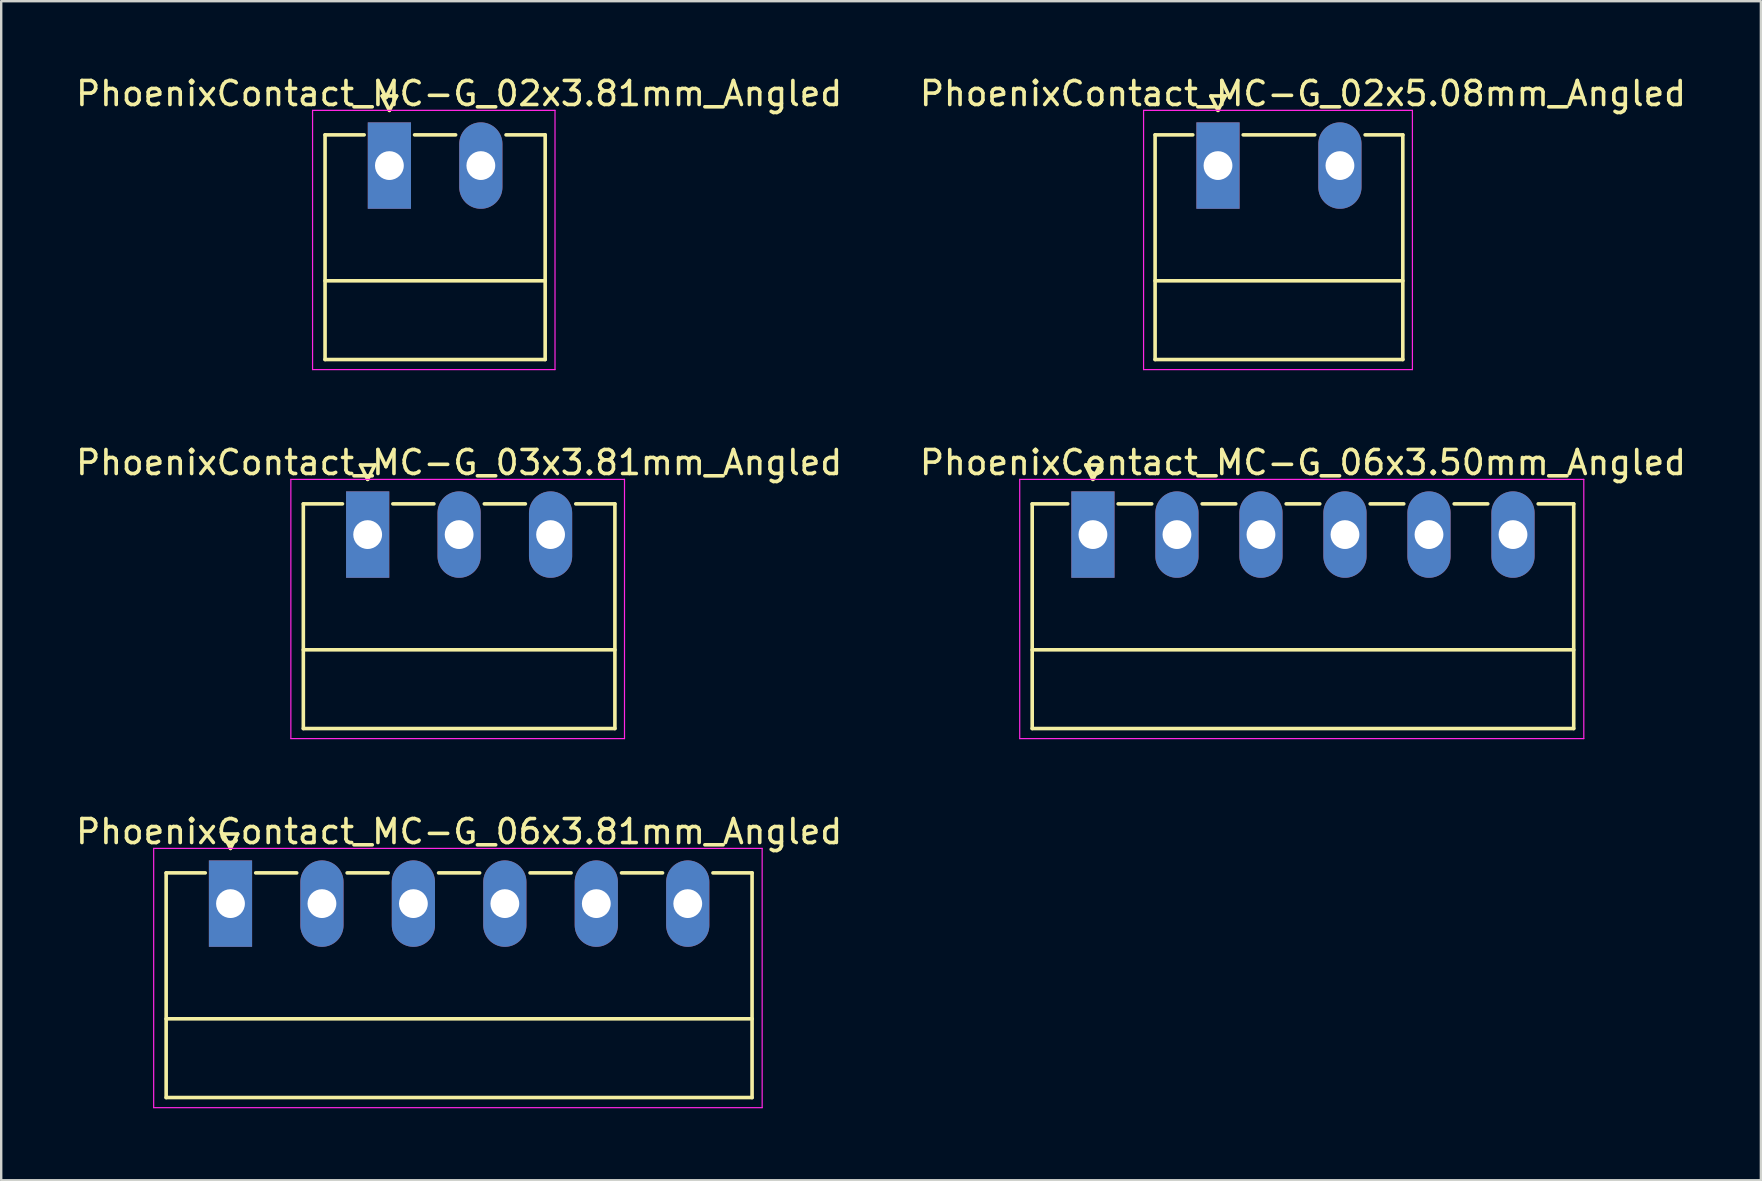
<source format=kicad_pcb>
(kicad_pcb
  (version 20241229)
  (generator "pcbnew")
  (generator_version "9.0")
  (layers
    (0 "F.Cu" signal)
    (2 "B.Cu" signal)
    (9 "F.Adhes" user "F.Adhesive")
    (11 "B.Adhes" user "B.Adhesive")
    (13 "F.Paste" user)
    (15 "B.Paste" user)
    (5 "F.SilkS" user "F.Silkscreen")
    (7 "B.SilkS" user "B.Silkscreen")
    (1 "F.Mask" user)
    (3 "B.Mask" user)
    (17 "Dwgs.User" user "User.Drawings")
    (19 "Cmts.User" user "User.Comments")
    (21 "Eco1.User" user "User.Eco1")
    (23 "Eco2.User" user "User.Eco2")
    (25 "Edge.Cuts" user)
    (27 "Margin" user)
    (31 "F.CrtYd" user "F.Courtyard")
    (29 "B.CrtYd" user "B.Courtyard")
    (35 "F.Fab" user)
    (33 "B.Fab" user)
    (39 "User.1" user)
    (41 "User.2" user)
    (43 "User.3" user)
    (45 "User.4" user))
  (footprint "PhoenixContact_MC-G_02x5.08mm_Angled"
    (layer "F.Cu")
    (at 47.692 3.848)
    (property "Reference" "PhoenixContact_MC-G_02x5.08mm_Angled" (at 3.54 -3 0) (layer "F.SilkS") (effects (font (size 1 1) (thickness 0.15))))
    (attr through_hole)
    (fp_line (start -2.62 -1.28) (end -2.62 8.08) (stroke (width 0.15) (type solid)) (layer "F.SilkS"))
    (fp_line (start -2.62 -1.28) (end -1.05 -1.28) (stroke (width 0.15) (type solid)) (layer "F.SilkS"))
    (fp_line (start -2.62 4.8) (end 7.7 4.8) (stroke (width 0.15) (type solid)) (layer "F.SilkS"))
    (fp_line (start -2.62 8.08) (end 7.7 8.08) (stroke (width 0.15) (type solid)) (layer "F.SilkS"))
    (fp_line (start -0.3 -2.9) (end 0 -2.3) (stroke (width 0.15) (type solid)) (layer "F.SilkS"))
    (fp_line (start 0 -2.3) (end 0.3 -2.9) (stroke (width 0.15) (type solid)) (layer "F.SilkS"))
    (fp_line (start 0.3 -2.9) (end -0.3 -2.9) (stroke (width 0.15) (type solid)) (layer "F.SilkS"))
    (fp_line (start 1.05 -1.28) (end 4.03 -1.28) (stroke (width 0.15) (type solid)) (layer "F.SilkS"))
    (fp_line (start 7.7 -1.28) (end 6.13 -1.28) (stroke (width 0.15) (type solid)) (layer "F.SilkS"))
    (fp_line (start 7.7 8.08) (end 7.7 -1.28) (stroke (width 0.15) (type solid)) (layer "F.SilkS"))
    (fp_line (start -3.1 -2.3) (end -3.1 8.5) (stroke (width 0.05) (type solid)) (layer "F.CrtYd"))
    (fp_line (start -3.1 8.5) (end 8.1 8.5) (stroke (width 0.05) (type solid)) (layer "F.CrtYd"))
    (fp_line (start 8.1 -2.3) (end -3.1 -2.3) (stroke (width 0.05) (type solid)) (layer "F.CrtYd"))
    (fp_line (start 8.1 8.5) (end 8.1 -2.3) (stroke (width 0.05) (type solid)) (layer "F.CrtYd"))
    (pad "1" thru_hole rect (at 0 0) (size 1.8 3.6) (drill 1.2) (layers "*.Cu" "*.Mask"))
    (pad "2" thru_hole oval (at 5.08 0) (size 1.8 3.6) (drill 1.2) (layers "*.Cu" "*.Mask")))
  (footprint "PhoenixContact_MC-G_06x3.50mm_Angled"
    (layer "F.Cu")
    (at 42.482 19.221)
    (property "Reference" "PhoenixContact_MC-G_06x3.50mm_Angled" (at 8.75 -3 0) (layer "F.SilkS") (effects (font (size 1 1) (thickness 0.15))))
    (attr through_hole)
    (fp_line (start -2.53 -1.28) (end -2.53 8.08) (stroke (width 0.15) (type solid)) (layer "F.SilkS"))
    (fp_line (start -2.53 -1.28) (end -1.05 -1.28) (stroke (width 0.15) (type solid)) (layer "F.SilkS"))
    (fp_line (start -2.53 4.8) (end 20.03 4.8) (stroke (width 0.15) (type solid)) (layer "F.SilkS"))
    (fp_line (start -2.53 8.08) (end 20.03 8.08) (stroke (width 0.15) (type solid)) (layer "F.SilkS"))
    (fp_line (start -0.3 -2.9) (end 0 -2.3) (stroke (width 0.15) (type solid)) (layer "F.SilkS"))
    (fp_line (start 0 -2.3) (end 0.3 -2.9) (stroke (width 0.15) (type solid)) (layer "F.SilkS"))
    (fp_line (start 0.3 -2.9) (end -0.3 -2.9) (stroke (width 0.15) (type solid)) (layer "F.SilkS"))
    (fp_line (start 1.05 -1.28) (end 2.45 -1.28) (stroke (width 0.15) (type solid)) (layer "F.SilkS"))
    (fp_line (start 4.55 -1.28) (end 5.95 -1.28) (stroke (width 0.15) (type solid)) (layer "F.SilkS"))
    (fp_line (start 8.05 -1.28) (end 9.45 -1.28) (stroke (width 0.15) (type solid)) (layer "F.SilkS"))
    (fp_line (start 11.55 -1.28) (end 12.95 -1.28) (stroke (width 0.15) (type solid)) (layer "F.SilkS"))
    (fp_line (start 15.05 -1.28) (end 16.45 -1.28) (stroke (width 0.15) (type solid)) (layer "F.SilkS"))
    (fp_line (start 20.03 -1.28) (end 18.55 -1.28) (stroke (width 0.15) (type solid)) (layer "F.SilkS"))
    (fp_line (start 20.03 8.08) (end 20.03 -1.28) (stroke (width 0.15) (type solid)) (layer "F.SilkS"))
    (fp_line (start -3.05 -2.3) (end -3.05 8.5) (stroke (width 0.05) (type solid)) (layer "F.CrtYd"))
    (fp_line (start -3.05 8.5) (end 20.45 8.5) (stroke (width 0.05) (type solid)) (layer "F.CrtYd"))
    (fp_line (start 20.45 -2.3) (end -3.05 -2.3) (stroke (width 0.05) (type solid)) (layer "F.CrtYd"))
    (fp_line (start 20.45 8.5) (end 20.45 -2.3) (stroke (width 0.05) (type solid)) (layer "F.CrtYd"))
    (pad "1" thru_hole rect (at 0 0) (size 1.8 3.6) (drill 1.2) (layers "*.Cu" "*.Mask"))
    (pad "2" thru_hole oval (at 3.5 0) (size 1.8 3.6) (drill 1.2) (layers "*.Cu" "*.Mask"))
    (pad "3" thru_hole oval (at 7 0) (size 1.8 3.6) (drill 1.2) (layers "*.Cu" "*.Mask"))
    (pad "4" thru_hole oval (at 10.5 0) (size 1.8 3.6) (drill 1.2) (layers "*.Cu" "*.Mask"))
    (pad "5" thru_hole oval (at 14 0) (size 1.8 3.6) (drill 1.2) (layers "*.Cu" "*.Mask"))
    (pad "6" thru_hole oval (at 17.5 0) (size 1.8 3.6) (drill 1.2) (layers "*.Cu" "*.Mask")))
  (footprint "PhoenixContact_MC-G_06x3.81mm_Angled"
    (layer "F.Cu")
    (at 6.552 34.595)
    (property "Reference" "PhoenixContact_MC-G_06x3.81mm_Angled" (at 9.525 -3 0) (layer "F.SilkS") (effects (font (size 1 1) (thickness 0.15))))
    (attr through_hole)
    (fp_line (start -2.68 -1.28) (end -2.68 8.08) (stroke (width 0.15) (type solid)) (layer "F.SilkS"))
    (fp_line (start -2.68 -1.28) (end -1.05 -1.28) (stroke (width 0.15) (type solid)) (layer "F.SilkS"))
    (fp_line (start -2.68 4.8) (end 21.73 4.8) (stroke (width 0.15) (type solid)) (layer "F.SilkS"))
    (fp_line (start -2.68 8.08) (end 21.73 8.08) (stroke (width 0.15) (type solid)) (layer "F.SilkS"))
    (fp_line (start -0.3 -2.9) (end 0 -2.3) (stroke (width 0.15) (type solid)) (layer "F.SilkS"))
    (fp_line (start 0 -2.3) (end 0.3 -2.9) (stroke (width 0.15) (type solid)) (layer "F.SilkS"))
    (fp_line (start 0.3 -2.9) (end -0.3 -2.9) (stroke (width 0.15) (type solid)) (layer "F.SilkS"))
    (fp_line (start 1.05 -1.28) (end 2.76 -1.28) (stroke (width 0.15) (type solid)) (layer "F.SilkS"))
    (fp_line (start 4.86 -1.28) (end 6.57 -1.28) (stroke (width 0.15) (type solid)) (layer "F.SilkS"))
    (fp_line (start 8.67 -1.28) (end 10.38 -1.28) (stroke (width 0.15) (type solid)) (layer "F.SilkS"))
    (fp_line (start 12.48 -1.28) (end 14.19 -1.28) (stroke (width 0.15) (type solid)) (layer "F.SilkS"))
    (fp_line (start 16.29 -1.28) (end 18 -1.28) (stroke (width 0.15) (type solid)) (layer "F.SilkS"))
    (fp_line (start 21.73 -1.28) (end 20.1 -1.28) (stroke (width 0.15) (type solid)) (layer "F.SilkS"))
    (fp_line (start 21.73 8.08) (end 21.73 -1.28) (stroke (width 0.15) (type solid)) (layer "F.SilkS"))
    (fp_line (start -3.2 -2.3) (end -3.2 8.5) (stroke (width 0.05) (type solid)) (layer "F.CrtYd"))
    (fp_line (start -3.2 8.5) (end 22.15 8.5) (stroke (width 0.05) (type solid)) (layer "F.CrtYd"))
    (fp_line (start 22.15 -2.3) (end -3.2 -2.3) (stroke (width 0.05) (type solid)) (layer "F.CrtYd"))
    (fp_line (start 22.15 8.5) (end 22.15 -2.3) (stroke (width 0.05) (type solid)) (layer "F.CrtYd"))
    (pad "1" thru_hole rect (at 0 0) (size 1.8 3.6) (drill 1.2) (layers "*.Cu" "*.Mask"))
    (pad "2" thru_hole oval (at 3.81 0) (size 1.8 3.6) (drill 1.2) (layers "*.Cu" "*.Mask"))
    (pad "3" thru_hole oval (at 7.62 0) (size 1.8 3.6) (drill 1.2) (layers "*.Cu" "*.Mask"))
    (pad "4" thru_hole oval (at 11.43 0) (size 1.8 3.6) (drill 1.2) (layers "*.Cu" "*.Mask"))
    (pad "5" thru_hole oval (at 15.24 0) (size 1.8 3.6) (drill 1.2) (layers "*.Cu" "*.Mask"))
    (pad "6" thru_hole oval (at 19.05 0) (size 1.8 3.6) (drill 1.2) (layers "*.Cu" "*.Mask")))
  (footprint "PhoenixContact_MC-G_03x3.81mm_Angled"
    (layer "F.Cu")
    (at 12.267 19.221)
    (property "Reference" "PhoenixContact_MC-G_03x3.81mm_Angled" (at 3.81 -3 0) (layer "F.SilkS") (effects (font (size 1 1) (thickness 0.15))))
    (attr through_hole)
    (fp_line (start -2.68 -1.28) (end -2.68 8.08) (stroke (width 0.15) (type solid)) (layer "F.SilkS"))
    (fp_line (start -2.68 -1.28) (end -1.05 -1.28) (stroke (width 0.15) (type solid)) (layer "F.SilkS"))
    (fp_line (start -2.68 4.8) (end 10.3 4.8) (stroke (width 0.15) (type solid)) (layer "F.SilkS"))
    (fp_line (start -2.68 8.08) (end 10.3 8.08) (stroke (width 0.15) (type solid)) (layer "F.SilkS"))
    (fp_line (start -0.3 -2.9) (end 0 -2.3) (stroke (width 0.15) (type solid)) (layer "F.SilkS"))
    (fp_line (start 0 -2.3) (end 0.3 -2.9) (stroke (width 0.15) (type solid)) (layer "F.SilkS"))
    (fp_line (start 0.3 -2.9) (end -0.3 -2.9) (stroke (width 0.15) (type solid)) (layer "F.SilkS"))
    (fp_line (start 1.05 -1.28) (end 2.76 -1.28) (stroke (width 0.15) (type solid)) (layer "F.SilkS"))
    (fp_line (start 4.86 -1.28) (end 6.57 -1.28) (stroke (width 0.15) (type solid)) (layer "F.SilkS"))
    (fp_line (start 10.3 -1.28) (end 8.67 -1.28) (stroke (width 0.15) (type solid)) (layer "F.SilkS"))
    (fp_line (start 10.3 8.08) (end 10.3 -1.28) (stroke (width 0.15) (type solid)) (layer "F.SilkS"))
    (fp_line (start -3.2 -2.3) (end -3.2 8.5) (stroke (width 0.05) (type solid)) (layer "F.CrtYd"))
    (fp_line (start -3.2 8.5) (end 10.7 8.5) (stroke (width 0.05) (type solid)) (layer "F.CrtYd"))
    (fp_line (start 10.7 -2.3) (end -3.2 -2.3) (stroke (width 0.05) (type solid)) (layer "F.CrtYd"))
    (fp_line (start 10.7 8.5) (end 10.7 -2.3) (stroke (width 0.05) (type solid)) (layer "F.CrtYd"))
    (pad "1" thru_hole rect (at 0 0) (size 1.8 3.6) (drill 1.2) (layers "*.Cu" "*.Mask"))
    (pad "2" thru_hole oval (at 3.81 0) (size 1.8 3.6) (drill 1.2) (layers "*.Cu" "*.Mask"))
    (pad "3" thru_hole oval (at 7.62 0) (size 1.8 3.6) (drill 1.2) (layers "*.Cu" "*.Mask")))
  (footprint "PhoenixContact_MC-G_02x3.81mm_Angled"
    (layer "F.Cu")
    (at 13.172 3.848)
    (property "Reference" "PhoenixContact_MC-G_02x3.81mm_Angled" (at 2.905 -3 0) (layer "F.SilkS") (effects (font (size 1 1) (thickness 0.15))))
    (attr through_hole)
    (fp_line (start -2.68 -1.28) (end -2.68 8.08) (stroke (width 0.15) (type solid)) (layer "F.SilkS"))
    (fp_line (start -2.68 -1.28) (end -1.05 -1.28) (stroke (width 0.15) (type solid)) (layer "F.SilkS"))
    (fp_line (start -2.68 4.8) (end 6.49 4.8) (stroke (width 0.15) (type solid)) (layer "F.SilkS"))
    (fp_line (start -2.68 8.08) (end 6.49 8.08) (stroke (width 0.15) (type solid)) (layer "F.SilkS"))
    (fp_line (start -0.3 -2.9) (end 0 -2.3) (stroke (width 0.15) (type solid)) (layer "F.SilkS"))
    (fp_line (start 0 -2.3) (end 0.3 -2.9) (stroke (width 0.15) (type solid)) (layer "F.SilkS"))
    (fp_line (start 0.3 -2.9) (end -0.3 -2.9) (stroke (width 0.15) (type solid)) (layer "F.SilkS"))
    (fp_line (start 1.05 -1.28) (end 2.76 -1.28) (stroke (width 0.15) (type solid)) (layer "F.SilkS"))
    (fp_line (start 6.49 -1.28) (end 4.86 -1.28) (stroke (width 0.15) (type solid)) (layer "F.SilkS"))
    (fp_line (start 6.49 8.08) (end 6.49 -1.28) (stroke (width 0.15) (type solid)) (layer "F.SilkS"))
    (fp_line (start -3.2 -2.3) (end -3.2 8.5) (stroke (width 0.05) (type solid)) (layer "F.CrtYd"))
    (fp_line (start -3.2 8.5) (end 6.9 8.5) (stroke (width 0.05) (type solid)) (layer "F.CrtYd"))
    (fp_line (start 6.9 -2.3) (end -3.2 -2.3) (stroke (width 0.05) (type solid)) (layer "F.CrtYd"))
    (fp_line (start 6.9 8.5) (end 6.9 -2.3) (stroke (width 0.05) (type solid)) (layer "F.CrtYd"))
    (pad "1" thru_hole rect (at 0 0) (size 1.8 3.6) (drill 1.2) (layers "*.Cu" "*.Mask"))
    (pad "2" thru_hole oval (at 3.81 0) (size 1.8 3.6) (drill 1.2) (layers "*.Cu" "*.Mask")))
  (gr_rect
    (start -3 -3)
    (end 70.31 46.12)
    (stroke (width 0.1) (type default))
    (fill no)
    (layer "Edge.Cuts")))
</source>
